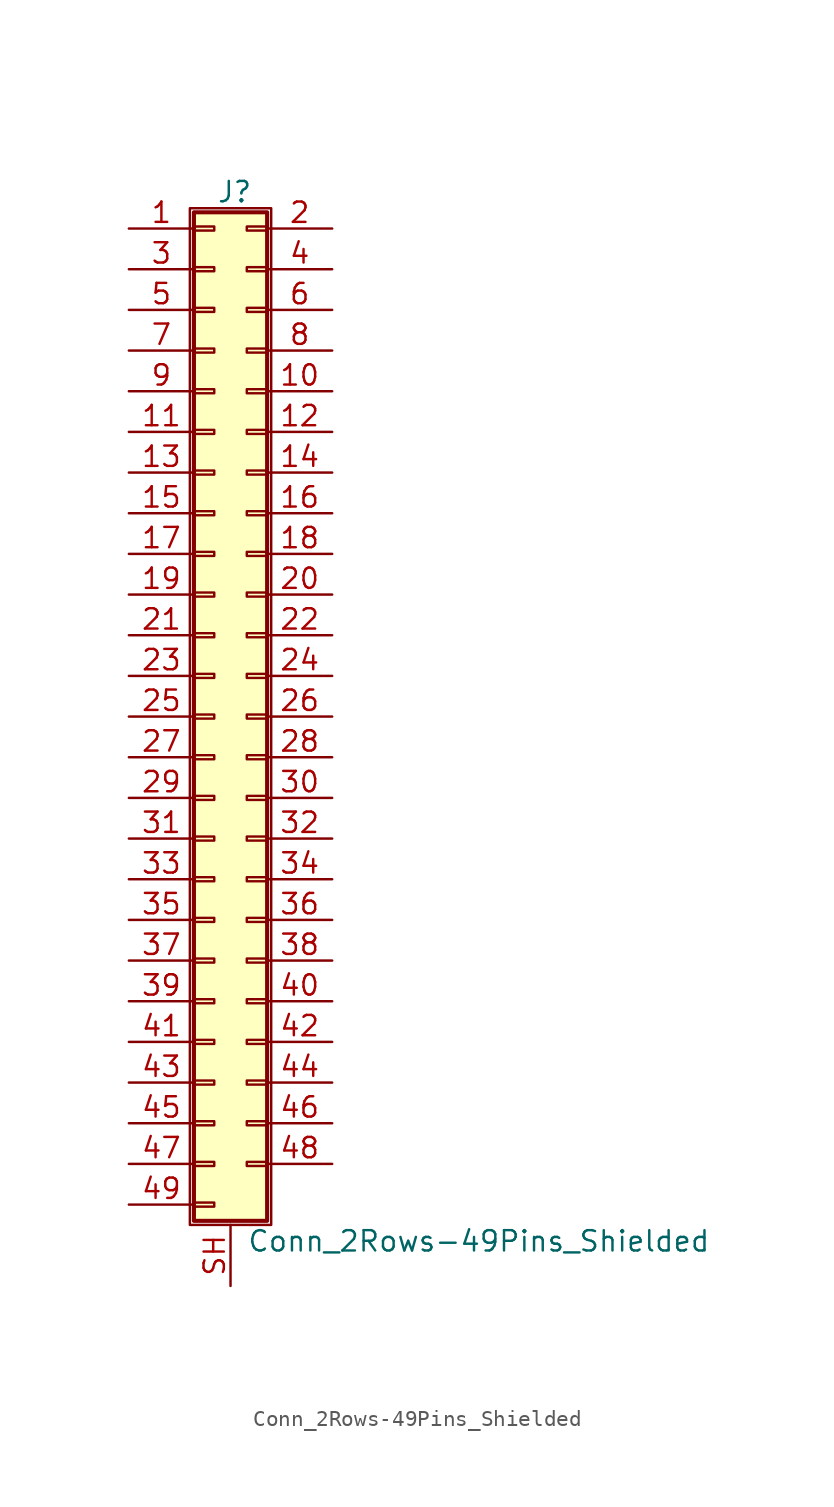
<source format=kicad_sym>
(kicad_symbol_lib
  (version 20201005)
  (generator kicad_symbol_editor)
  (symbol "Connector_Generic_Shielded:Conn_2Rows-49Pins_Shielded"
    (pin_names
      (offset 1.016) hide)
    (property "Reference" "J"
      (at 1.524 32.766 0)
      (effects (font (size 1.27 1.27))))
    (property "Value" "Conn_2Rows-49Pins_Shielded"
      (at 2.286 -32.766 0)
      (effects (font (size 1.27 1.27)) (justify left)))
    (symbol "Conn_2Rows-49Pins_Shielded_1_1"
      (rectangle (start -1.016 -27.813) (end 0.254 -28.067) (stroke (width 0.152)) (fill (type none)))
      (rectangle (start -1.016 -30.353) (end 0.254 -30.607) (stroke (width 0.152)) (fill (type none)))
      (rectangle (start -1.016 -4.953) (end 0.254 -5.207) (stroke (width 0.152)) (fill (type none)))
      (rectangle (start -1.016 -7.493) (end 0.254 -7.747) (stroke (width 0.152)) (fill (type none)))
      (rectangle (start -1.016 -10.033) (end 0.254 -10.287) (stroke (width 0.152)) (fill (type none)))
      (rectangle (start -1.016 -12.573) (end 0.254 -12.827) (stroke (width 0.152)) (fill (type none)))
      (rectangle (start -1.016 -15.113) (end 0.254 -15.367) (stroke (width 0.152)) (fill (type none)))
      (rectangle (start -1.016 -17.653) (end 0.254 -17.907) (stroke (width 0.152)) (fill (type none)))
      (rectangle (start -1.016 -20.193) (end 0.254 -20.447) (stroke (width 0.152)) (fill (type none)))
      (rectangle (start -1.016 -22.733) (end 0.254 -22.987) (stroke (width 0.152)) (fill (type none)))
      (rectangle (start -1.016 -2.413) (end 0.254 -2.667) (stroke (width 0.152)) (fill (type none)))
      (rectangle (start -1.016 -25.273) (end 0.254 -25.527) (stroke (width 0.152)) (fill (type none)))
      (rectangle (start -1.016 25.527) (end 0.254 25.273) (stroke (width 0.152)) (fill (type none)))
      (rectangle (start -1.016 2.667) (end 0.254 2.413) (stroke (width 0.152)) (fill (type none)))
      (rectangle (start -1.016 28.067) (end 0.254 27.813) (stroke (width 0.152)) (fill (type none)))
      (rectangle (start -1.016 30.607) (end 0.254 30.353) (stroke (width 0.152)) (fill (type none)))
      (rectangle (start -1.016 31.496) (end 3.556 -31.496) (stroke (width 0.254)) (fill (type background)))
      (rectangle (start -1.016 5.207) (end 0.254 4.953) (stroke (width 0.152)) (fill (type none)))
      (rectangle (start -1.016 7.747) (end 0.254 7.493) (stroke (width 0.152)) (fill (type none)))
      (rectangle (start -1.016 10.287) (end 0.254 10.033) (stroke (width 0.152)) (fill (type none)))
      (rectangle (start -1.016 0.127) (end 0.254 -0.127) (stroke (width 0.152)) (fill (type none)))
      (rectangle (start -1.016 12.827) (end 0.254 12.573) (stroke (width 0.152)) (fill (type none)))
      (rectangle (start -1.016 15.367) (end 0.254 15.113) (stroke (width 0.152)) (fill (type none)))
      (rectangle (start -1.016 17.907) (end 0.254 17.653) (stroke (width 0.152)) (fill (type none)))
      (rectangle (start -1.016 20.447) (end 0.254 20.193) (stroke (width 0.152)) (fill (type none)))
      (rectangle (start -1.016 22.987) (end 0.254 22.733) (stroke (width 0.152)) (fill (type none)))
      (rectangle (start -1.27 31.75) (end 3.81 -31.75) (stroke (width 0.152)) (fill (type none)))
      (rectangle (start 3.556 -27.813) (end 2.286 -28.067) (stroke (width 0.152)) (fill (type none)))
      (rectangle (start 3.556 -4.953) (end 2.286 -5.207) (stroke (width 0.152)) (fill (type none)))
      (rectangle (start 3.556 -7.493) (end 2.286 -7.747) (stroke (width 0.152)) (fill (type none)))
      (rectangle (start 3.556 -10.033) (end 2.286 -10.287) (stroke (width 0.152)) (fill (type none)))
      (rectangle (start 3.556 -12.573) (end 2.286 -12.827) (stroke (width 0.152)) (fill (type none)))
      (rectangle (start 3.556 -15.113) (end 2.286 -15.367) (stroke (width 0.152)) (fill (type none)))
      (rectangle (start 3.556 -17.653) (end 2.286 -17.907) (stroke (width 0.152)) (fill (type none)))
      (rectangle (start 3.556 -20.193) (end 2.286 -20.447) (stroke (width 0.152)) (fill (type none)))
      (rectangle (start 3.556 -22.733) (end 2.286 -22.987) (stroke (width 0.152)) (fill (type none)))
      (rectangle (start 3.556 -2.413) (end 2.286 -2.667) (stroke (width 0.152)) (fill (type none)))
      (rectangle (start 3.556 -25.273) (end 2.286 -25.527) (stroke (width 0.152)) (fill (type none)))
      (rectangle (start 3.556 25.527) (end 2.286 25.273) (stroke (width 0.152)) (fill (type none)))
      (rectangle (start 3.556 2.667) (end 2.286 2.413) (stroke (width 0.152)) (fill (type none)))
      (rectangle (start 3.556 28.067) (end 2.286 27.813) (stroke (width 0.152)) (fill (type none)))
      (rectangle (start 3.556 30.607) (end 2.286 30.353) (stroke (width 0.152)) (fill (type none)))
      (rectangle (start 3.556 5.207) (end 2.286 4.953) (stroke (width 0.152)) (fill (type none)))
      (rectangle (start 3.556 7.747) (end 2.286 7.493) (stroke (width 0.152)) (fill (type none)))
      (rectangle (start 3.556 10.287) (end 2.286 10.033) (stroke (width 0.152)) (fill (type none)))
      (rectangle (start 3.556 0.127) (end 2.286 -0.127) (stroke (width 0.152)) (fill (type none)))
      (rectangle (start 3.556 12.827) (end 2.286 12.573) (stroke (width 0.152)) (fill (type none)))
      (rectangle (start 3.556 15.367) (end 2.286 15.113) (stroke (width 0.152)) (fill (type none)))
      (rectangle (start 3.556 17.907) (end 2.286 17.653) (stroke (width 0.152)) (fill (type none)))
      (rectangle (start 3.556 20.447) (end 2.286 20.193) (stroke (width 0.152)) (fill (type none)))
      (rectangle (start 3.556 22.987) (end 2.286 22.733) (stroke (width 0.152)) (fill (type none)))
      (pin passive line (at -5.08 30.48 0) (length 4.064) (name "Pin_1" (effects (font (size 1.27 1.27)))) (number "1" (effects (font (size 1.27 1.27)))))
      (pin passive line (at 7.62 20.32 180) (length 4.064) (name "Pin_10" (effects (font (size 1.27 1.27)))) (number "10" (effects (font (size 1.27 1.27)))))
      (pin passive line (at -5.08 17.78 0) (length 4.064) (name "Pin_11" (effects (font (size 1.27 1.27)))) (number "11" (effects (font (size 1.27 1.27)))))
      (pin passive line (at 7.62 17.78 180) (length 4.064) (name "Pin_12" (effects (font (size 1.27 1.27)))) (number "12" (effects (font (size 1.27 1.27)))))
      (pin passive line (at -5.08 15.24 0) (length 4.064) (name "Pin_13" (effects (font (size 1.27 1.27)))) (number "13" (effects (font (size 1.27 1.27)))))
      (pin passive line (at 7.62 15.24 180) (length 4.064) (name "Pin_14" (effects (font (size 1.27 1.27)))) (number "14" (effects (font (size 1.27 1.27)))))
      (pin passive line (at -5.08 12.7 0) (length 4.064) (name "Pin_15" (effects (font (size 1.27 1.27)))) (number "15" (effects (font (size 1.27 1.27)))))
      (pin passive line (at 7.62 12.7 180) (length 4.064) (name "Pin_16" (effects (font (size 1.27 1.27)))) (number "16" (effects (font (size 1.27 1.27)))))
      (pin passive line (at -5.08 10.16 0) (length 4.064) (name "Pin_17" (effects (font (size 1.27 1.27)))) (number "17" (effects (font (size 1.27 1.27)))))
      (pin passive line (at 7.62 10.16 180) (length 4.064) (name "Pin_18" (effects (font (size 1.27 1.27)))) (number "18" (effects (font (size 1.27 1.27)))))
      (pin passive line (at -5.08 7.62 0) (length 4.064) (name "Pin_19" (effects (font (size 1.27 1.27)))) (number "19" (effects (font (size 1.27 1.27)))))
      (pin passive line (at 7.62 30.48 180) (length 4.064) (name "Pin_2" (effects (font (size 1.27 1.27)))) (number "2" (effects (font (size 1.27 1.27)))))
      (pin passive line (at 7.62 7.62 180) (length 4.064) (name "Pin_20" (effects (font (size 1.27 1.27)))) (number "20" (effects (font (size 1.27 1.27)))))
      (pin passive line (at -5.08 5.08 0) (length 4.064) (name "Pin_21" (effects (font (size 1.27 1.27)))) (number "21" (effects (font (size 1.27 1.27)))))
      (pin passive line (at 7.62 5.08 180) (length 4.064) (name "Pin_22" (effects (font (size 1.27 1.27)))) (number "22" (effects (font (size 1.27 1.27)))))
      (pin passive line (at -5.08 2.54 0) (length 4.064) (name "Pin_23" (effects (font (size 1.27 1.27)))) (number "23" (effects (font (size 1.27 1.27)))))
      (pin passive line (at 7.62 2.54 180) (length 4.064) (name "Pin_24" (effects (font (size 1.27 1.27)))) (number "24" (effects (font (size 1.27 1.27)))))
      (pin passive line (at -5.08 0 0) (length 4.064) (name "Pin_25" (effects (font (size 1.27 1.27)))) (number "25" (effects (font (size 1.27 1.27)))))
      (pin passive line (at 7.62 0 180) (length 4.064) (name "Pin_26" (effects (font (size 1.27 1.27)))) (number "26" (effects (font (size 1.27 1.27)))))
      (pin passive line (at -5.08 -2.54 0) (length 4.064) (name "Pin_27" (effects (font (size 1.27 1.27)))) (number "27" (effects (font (size 1.27 1.27)))))
      (pin passive line (at 7.62 -2.54 180) (length 4.064) (name "Pin_28" (effects (font (size 1.27 1.27)))) (number "28" (effects (font (size 1.27 1.27)))))
      (pin passive line (at -5.08 -5.08 0) (length 4.064) (name "Pin_29" (effects (font (size 1.27 1.27)))) (number "29" (effects (font (size 1.27 1.27)))))
      (pin passive line (at -5.08 27.94 0) (length 4.064) (name "Pin_3" (effects (font (size 1.27 1.27)))) (number "3" (effects (font (size 1.27 1.27)))))
      (pin passive line (at 7.62 -5.08 180) (length 4.064) (name "Pin_30" (effects (font (size 1.27 1.27)))) (number "30" (effects (font (size 1.27 1.27)))))
      (pin passive line (at -5.08 -7.62 0) (length 4.064) (name "Pin_31" (effects (font (size 1.27 1.27)))) (number "31" (effects (font (size 1.27 1.27)))))
      (pin passive line (at 7.62 -7.62 180) (length 4.064) (name "Pin_32" (effects (font (size 1.27 1.27)))) (number "32" (effects (font (size 1.27 1.27)))))
      (pin passive line (at -5.08 -10.16 0) (length 4.064) (name "Pin_33" (effects (font (size 1.27 1.27)))) (number "33" (effects (font (size 1.27 1.27)))))
      (pin passive line (at 7.62 -10.16 180) (length 4.064) (name "Pin_34" (effects (font (size 1.27 1.27)))) (number "34" (effects (font (size 1.27 1.27)))))
      (pin passive line (at -5.08 -12.7 0) (length 4.064) (name "Pin_35" (effects (font (size 1.27 1.27)))) (number "35" (effects (font (size 1.27 1.27)))))
      (pin passive line (at 7.62 -12.7 180) (length 4.064) (name "Pin_36" (effects (font (size 1.27 1.27)))) (number "36" (effects (font (size 1.27 1.27)))))
      (pin passive line (at -5.08 -15.24 0) (length 4.064) (name "Pin_37" (effects (font (size 1.27 1.27)))) (number "37" (effects (font (size 1.27 1.27)))))
      (pin passive line (at 7.62 -15.24 180) (length 4.064) (name "Pin_38" (effects (font (size 1.27 1.27)))) (number "38" (effects (font (size 1.27 1.27)))))
      (pin passive line (at -5.08 -17.78 0) (length 4.064) (name "Pin_39" (effects (font (size 1.27 1.27)))) (number "39" (effects (font (size 1.27 1.27)))))
      (pin passive line (at 7.62 27.94 180) (length 4.064) (name "Pin_4" (effects (font (size 1.27 1.27)))) (number "4" (effects (font (size 1.27 1.27)))))
      (pin passive line (at 7.62 -17.78 180) (length 4.064) (name "Pin_40" (effects (font (size 1.27 1.27)))) (number "40" (effects (font (size 1.27 1.27)))))
      (pin passive line (at -5.08 -20.32 0) (length 4.064) (name "Pin_41" (effects (font (size 1.27 1.27)))) (number "41" (effects (font (size 1.27 1.27)))))
      (pin passive line (at 7.62 -20.32 180) (length 4.064) (name "Pin_42" (effects (font (size 1.27 1.27)))) (number "42" (effects (font (size 1.27 1.27)))))
      (pin passive line (at -5.08 -22.86 0) (length 4.064) (name "Pin_43" (effects (font (size 1.27 1.27)))) (number "43" (effects (font (size 1.27 1.27)))))
      (pin passive line (at 7.62 -22.86 180) (length 4.064) (name "Pin_44" (effects (font (size 1.27 1.27)))) (number "44" (effects (font (size 1.27 1.27)))))
      (pin passive line (at -5.08 -25.4 0) (length 4.064) (name "Pin_45" (effects (font (size 1.27 1.27)))) (number "45" (effects (font (size 1.27 1.27)))))
      (pin passive line (at 7.62 -25.4 180) (length 4.064) (name "Pin_46" (effects (font (size 1.27 1.27)))) (number "46" (effects (font (size 1.27 1.27)))))
      (pin passive line (at -5.08 -27.94 0) (length 4.064) (name "Pin_47" (effects (font (size 1.27 1.27)))) (number "47" (effects (font (size 1.27 1.27)))))
      (pin passive line (at 7.62 -27.94 180) (length 4.064) (name "Pin_48" (effects (font (size 1.27 1.27)))) (number "48" (effects (font (size 1.27 1.27)))))
      (pin passive line (at -5.08 -30.48 0) (length 4.064) (name "Pin_49" (effects (font (size 1.27 1.27)))) (number "49" (effects (font (size 1.27 1.27)))))
      (pin passive line (at -5.08 25.4 0) (length 4.064) (name "Pin_5" (effects (font (size 1.27 1.27)))) (number "5" (effects (font (size 1.27 1.27)))))
      (pin passive line (at 7.62 25.4 180) (length 4.064) (name "Pin_6" (effects (font (size 1.27 1.27)))) (number "6" (effects (font (size 1.27 1.27)))))
      (pin passive line (at -5.08 22.86 0) (length 4.064) (name "Pin_7" (effects (font (size 1.27 1.27)))) (number "7" (effects (font (size 1.27 1.27)))))
      (pin passive line (at 7.62 22.86 180) (length 4.064) (name "Pin_8" (effects (font (size 1.27 1.27)))) (number "8" (effects (font (size 1.27 1.27)))))
      (pin passive line (at -5.08 20.32 0) (length 4.064) (name "Pin_9" (effects (font (size 1.27 1.27)))) (number "9" (effects (font (size 1.27 1.27)))))
      (pin passive line (at 1.27 -35.56 90) (length 3.81) (name "Shield" (effects (font (size 1.27 1.27)))) (number "SH" (effects (font (size 1.27 1.27))))))))
</source>
